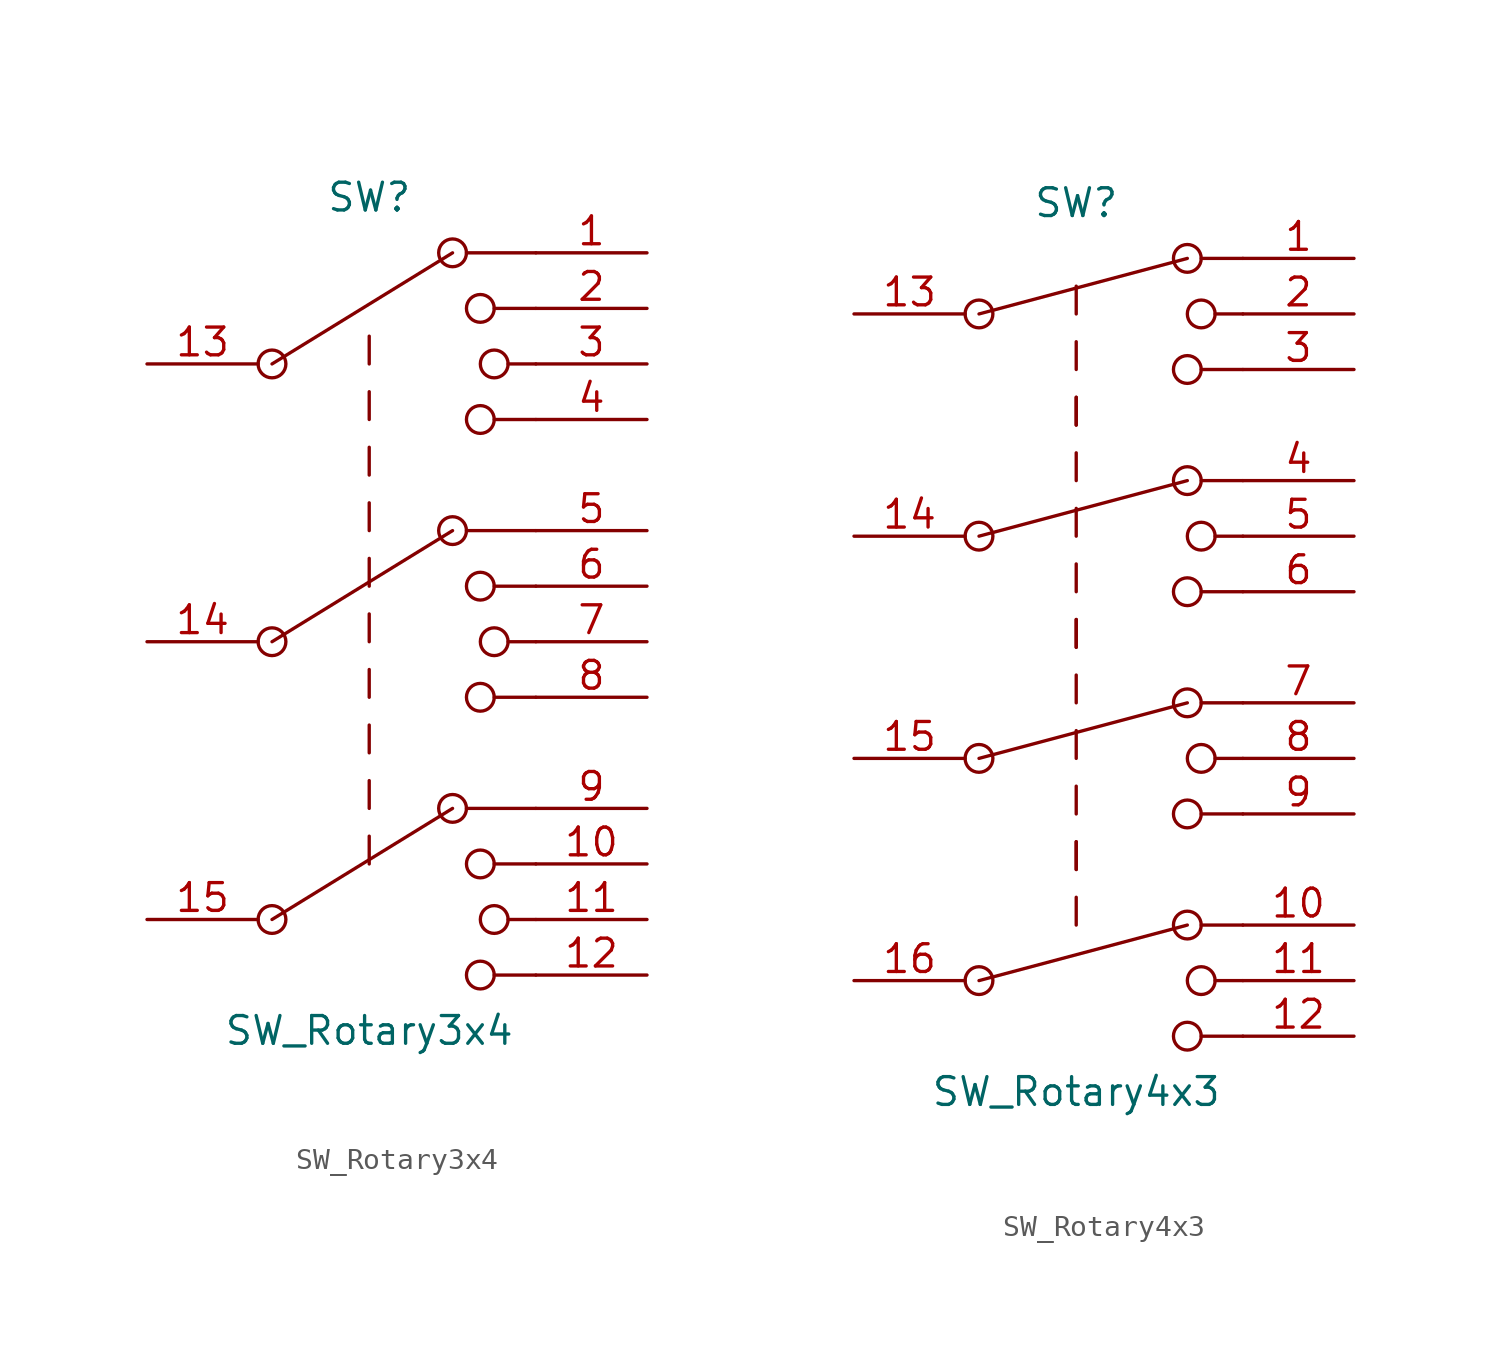
<source format=kicad_sym>
(kicad_symbol_lib
  (version 20201005)
  (generator kicad_symbol_editor)
  (symbol "SW_Rotary3x4"
    (pin_names
      (offset 1.016) hide)
    (property "Reference" "SW"
      (at 0 20.32 0)
      (effects (font (size 1.27 1.27))))
    (property "Value" "SW_Rotary3x4"
      (at 0 -17.78 0)
      (effects (font (size 1.27 1.27))))
    (symbol "SW_Rotary3x4_0_0"
      (circle (center -4.445 -12.7) (radius 0.635) (stroke (width 0)) (fill (type none)))
      (circle (center -4.445 0) (radius 0.635) (stroke (width 0)) (fill (type none)))
      (circle (center -4.445 12.7) (radius 0.635) (stroke (width 0)) (fill (type none)))
      (circle (center 3.81 -7.62) (radius 0.635) (stroke (width 0)) (fill (type none)))
      (circle (center 3.81 5.08) (radius 0.635) (stroke (width 0)) (fill (type none)))
      (circle (center 3.81 17.78) (radius 0.635) (stroke (width 0)) (fill (type none)))
      (circle (center 5.08 -15.24) (radius 0.635) (stroke (width 0)) (fill (type none)))
      (circle (center 5.08 -10.16) (radius 0.635) (stroke (width 0)) (fill (type none)))
      (circle (center 5.08 -2.54) (radius 0.635) (stroke (width 0)) (fill (type none)))
      (circle (center 5.08 2.54) (radius 0.635) (stroke (width 0)) (fill (type none)))
      (circle (center 5.08 10.16) (radius 0.635) (stroke (width 0)) (fill (type none)))
      (circle (center 5.08 15.24) (radius 0.635) (stroke (width 0)) (fill (type none)))
      (circle (center 5.715 -12.7) (radius 0.635) (stroke (width 0)) (fill (type none)))
      (circle (center 5.715 0) (radius 0.635) (stroke (width 0)) (fill (type none)))
      (circle (center 5.715 12.7) (radius 0.635) (stroke (width 0)) (fill (type none)))
      (polyline (pts (xy -4.445 -12.7) (xy 3.81 -7.62)) (stroke (width 0)) (fill (type none)))
      (polyline (pts (xy -4.445 0) (xy 3.81 5.08)) (stroke (width 0)) (fill (type none)))
      (polyline (pts (xy -4.445 12.7) (xy 3.81 17.78)) (stroke (width 0)) (fill (type none)))
      (polyline (pts (xy 0 -10.16) (xy 0 -8.89)) (stroke (width 0)) (fill (type none)))
      (polyline (pts (xy 0 -7.62) (xy 0 -6.35)) (stroke (width 0)) (fill (type none)))
      (polyline (pts (xy 0 -5.08) (xy 0 -3.81)) (stroke (width 0)) (fill (type none)))
      (polyline (pts (xy 0 -2.54) (xy 0 -1.27)) (stroke (width 0)) (fill (type none)))
      (polyline (pts (xy 0 0) (xy 0 1.27)) (stroke (width 0)) (fill (type none)))
      (polyline (pts (xy 0 2.54) (xy 0 3.81)) (stroke (width 0)) (fill (type none)))
      (polyline (pts (xy 0 5.08) (xy 0 6.35)) (stroke (width 0)) (fill (type none)))
      (polyline (pts (xy 0 7.62) (xy 0 8.89)) (stroke (width 0)) (fill (type none)))
      (polyline (pts (xy 0 10.16) (xy 0 11.43)) (stroke (width 0)) (fill (type none)))
      (polyline (pts (xy 0 12.7) (xy 0 13.97)) (stroke (width 0)) (fill (type none)))
      (polyline (pts (xy 4.445 -7.62) (xy 7.62 -7.62)) (stroke (width 0)) (fill (type none)))
      (polyline (pts (xy 4.445 5.08) (xy 7.62 5.08)) (stroke (width 0)) (fill (type none)))
      (polyline (pts (xy 4.445 17.78) (xy 7.62 17.78)) (stroke (width 0)) (fill (type none)))
      (polyline (pts (xy 5.715 -15.24) (xy 7.62 -15.24)) (stroke (width 0)) (fill (type none)))
      (polyline (pts (xy 5.715 -10.16) (xy 7.62 -10.16)) (stroke (width 0)) (fill (type none)))
      (polyline (pts (xy 5.715 -2.54) (xy 7.62 -2.54)) (stroke (width 0)) (fill (type none)))
      (polyline (pts (xy 5.715 2.54) (xy 7.62 2.54)) (stroke (width 0)) (fill (type none)))
      (polyline (pts (xy 5.715 10.16) (xy 7.62 10.16)) (stroke (width 0)) (fill (type none)))
      (polyline (pts (xy 5.715 15.24) (xy 7.62 15.24)) (stroke (width 0)) (fill (type none)))
      (polyline (pts (xy 6.35 -12.7) (xy 7.62 -12.7)) (stroke (width 0)) (fill (type none)))
      (polyline (pts (xy 6.35 0) (xy 7.62 0)) (stroke (width 0)) (fill (type none)))
      (polyline (pts (xy 6.35 12.7) (xy 7.62 12.7)) (stroke (width 0)) (fill (type none))))
    (symbol "SW_Rotary3x4_0_1"
      (pin passive line (at 12.7 17.78 180) (length 5.08) (name "1" (effects (font (size 1.27 1.27)))) (number "1" (effects (font (size 1.27 1.27)))))
      (pin passive line (at 12.7 -10.16 180) (length 5.08) (name "10" (effects (font (size 1.27 1.27)))) (number "10" (effects (font (size 1.27 1.27)))))
      (pin passive line (at 12.7 -12.7 180) (length 5.08) (name "11" (effects (font (size 1.27 1.27)))) (number "11" (effects (font (size 1.27 1.27)))))
      (pin passive line (at 12.7 -15.24 180) (length 5.08) (name "12" (effects (font (size 1.27 1.27)))) (number "12" (effects (font (size 1.27 1.27)))))
      (pin passive line (at -10.16 12.7 0) (length 5.08) (name "13" (effects (font (size 1.27 1.27)))) (number "13" (effects (font (size 1.27 1.27)))))
      (pin passive line (at -10.16 0 0) (length 5.08) (name "14" (effects (font (size 1.27 1.27)))) (number "14" (effects (font (size 1.27 1.27)))))
      (pin passive line (at -10.16 -12.7 0) (length 5.08) (name "15" (effects (font (size 1.27 1.27)))) (number "15" (effects (font (size 1.27 1.27)))))
      (pin passive line (at 12.7 15.24 180) (length 5.08) (name "2" (effects (font (size 1.27 1.27)))) (number "2" (effects (font (size 1.27 1.27)))))
      (pin passive line (at 12.7 12.7 180) (length 5.08) (name "3" (effects (font (size 1.27 1.27)))) (number "3" (effects (font (size 1.27 1.27)))))
      (pin passive line (at 12.7 10.16 180) (length 5.08) (name "4" (effects (font (size 1.27 1.27)))) (number "4" (effects (font (size 1.27 1.27)))))
      (pin passive line (at 12.7 5.08 180) (length 5.08) (name "5" (effects (font (size 1.27 1.27)))) (number "5" (effects (font (size 1.27 1.27)))))
      (pin passive line (at 12.7 2.54 180) (length 5.08) (name "6" (effects (font (size 1.27 1.27)))) (number "6" (effects (font (size 1.27 1.27)))))
      (pin passive line (at 12.7 0 180) (length 5.08) (name "7" (effects (font (size 1.27 1.27)))) (number "7" (effects (font (size 1.27 1.27)))))
      (pin passive line (at 12.7 -2.54 180) (length 5.08) (name "8" (effects (font (size 1.27 1.27)))) (number "8" (effects (font (size 1.27 1.27)))))
      (pin passive line (at 12.7 -7.62 180) (length 5.08) (name "9" (effects (font (size 1.27 1.27)))) (number "9" (effects (font (size 1.27 1.27)))))))
  (symbol "SW_Rotary4x3"
    (pin_names
      (offset 1.016) hide)
    (property "Reference" "SW"
      (at 0 20.32 0)
      (effects (font (size 1.27 1.27))))
    (property "Value" "SW_Rotary4x3"
      (at 0 -20.32 0)
      (effects (font (size 1.27 1.27))))
    (symbol "SW_Rotary4x3_0_0"
      (circle (center -4.445 -15.24) (radius 0.635) (stroke (width 0)) (fill (type none)))
      (circle (center -4.445 -5.08) (radius 0.635) (stroke (width 0)) (fill (type none)))
      (circle (center -4.445 5.08) (radius 0.635) (stroke (width 0)) (fill (type none)))
      (circle (center -4.445 15.24) (radius 0.635) (stroke (width 0)) (fill (type none)))
      (circle (center 5.08 -17.78) (radius 0.635) (stroke (width 0)) (fill (type none)))
      (circle (center 5.08 -12.7) (radius 0.635) (stroke (width 0)) (fill (type none)))
      (circle (center 5.08 -7.62) (radius 0.635) (stroke (width 0)) (fill (type none)))
      (circle (center 5.08 -2.54) (radius 0.635) (stroke (width 0)) (fill (type none)))
      (circle (center 5.08 2.54) (radius 0.635) (stroke (width 0)) (fill (type none)))
      (circle (center 5.08 7.62) (radius 0.635) (stroke (width 0)) (fill (type none)))
      (circle (center 5.08 12.7) (radius 0.635) (stroke (width 0)) (fill (type none)))
      (circle (center 5.08 17.78) (radius 0.635) (stroke (width 0)) (fill (type none)))
      (circle (center 5.715 -15.24) (radius 0.635) (stroke (width 0)) (fill (type none)))
      (circle (center 5.715 -5.08) (radius 0.635) (stroke (width 0)) (fill (type none)))
      (circle (center 5.715 5.08) (radius 0.635) (stroke (width 0)) (fill (type none)))
      (circle (center 5.715 15.24) (radius 0.635) (stroke (width 0)) (fill (type none)))
      (polyline (pts (xy -4.445 -15.24) (xy 5.08 -12.7)) (stroke (width 0)) (fill (type none)))
      (polyline (pts (xy -4.445 -5.08) (xy 5.08 -2.54)) (stroke (width 0)) (fill (type none)))
      (polyline (pts (xy -4.445 5.08) (xy 5.08 7.62)) (stroke (width 0)) (fill (type none)))
      (polyline (pts (xy -4.445 15.24) (xy 5.08 17.78)) (stroke (width 0)) (fill (type none)))
      (polyline (pts (xy 0 -12.7) (xy 0 -11.43)) (stroke (width 0)) (fill (type none)))
      (polyline (pts (xy 0 -10.16) (xy 0 -8.89)) (stroke (width 0)) (fill (type none)))
      (polyline (pts (xy 0 -10.16) (xy 0 -8.89)) (stroke (width 0)) (fill (type none)))
      (polyline (pts (xy 0 -7.62) (xy 0 -6.35)) (stroke (width 0)) (fill (type none)))
      (polyline (pts (xy 0 -5.08) (xy 0 -3.81)) (stroke (width 0)) (fill (type none)))
      (polyline (pts (xy 0 -2.54) (xy 0 -1.27)) (stroke (width 0)) (fill (type none)))
      (polyline (pts (xy 0 0) (xy 0 1.27)) (stroke (width 0)) (fill (type none)))
      (polyline (pts (xy 0 0) (xy 0 1.27)) (stroke (width 0)) (fill (type none)))
      (polyline (pts (xy 0 2.54) (xy 0 3.81)) (stroke (width 0)) (fill (type none)))
      (polyline (pts (xy 0 5.08) (xy 0 6.35)) (stroke (width 0)) (fill (type none)))
      (polyline (pts (xy 0 7.62) (xy 0 8.89)) (stroke (width 0)) (fill (type none)))
      (polyline (pts (xy 0 10.16) (xy 0 11.43)) (stroke (width 0)) (fill (type none)))
      (polyline (pts (xy 0 10.16) (xy 0 11.43)) (stroke (width 0)) (fill (type none)))
      (polyline (pts (xy 0 12.7) (xy 0 13.97)) (stroke (width 0)) (fill (type none)))
      (polyline (pts (xy 0 15.24) (xy 0 16.51)) (stroke (width 0)) (fill (type none)))
      (polyline (pts (xy 5.715 -17.78) (xy 7.62 -17.78)) (stroke (width 0)) (fill (type none)))
      (polyline (pts (xy 5.715 -12.7) (xy 7.62 -12.7)) (stroke (width 0)) (fill (type none)))
      (polyline (pts (xy 5.715 -7.62) (xy 7.62 -7.62)) (stroke (width 0)) (fill (type none)))
      (polyline (pts (xy 5.715 -2.54) (xy 7.62 -2.54)) (stroke (width 0)) (fill (type none)))
      (polyline (pts (xy 5.715 2.54) (xy 7.62 2.54)) (stroke (width 0)) (fill (type none)))
      (polyline (pts (xy 5.715 7.62) (xy 7.62 7.62)) (stroke (width 0)) (fill (type none)))
      (polyline (pts (xy 5.715 12.7) (xy 7.62 12.7)) (stroke (width 0)) (fill (type none)))
      (polyline (pts (xy 5.715 17.78) (xy 7.62 17.78)) (stroke (width 0)) (fill (type none)))
      (polyline (pts (xy 6.35 -15.24) (xy 7.62 -15.24)) (stroke (width 0)) (fill (type none)))
      (polyline (pts (xy 6.35 -5.08) (xy 7.62 -5.08)) (stroke (width 0)) (fill (type none)))
      (polyline (pts (xy 6.35 5.08) (xy 7.62 5.08)) (stroke (width 0)) (fill (type none)))
      (polyline (pts (xy 6.35 15.24) (xy 7.62 15.24)) (stroke (width 0)) (fill (type none))))
    (symbol "SW_Rotary4x3_0_1"
      (pin passive line (at 12.7 17.78 180) (length 5.08) (name "1" (effects (font (size 1.27 1.27)))) (number "1" (effects (font (size 1.27 1.27)))))
      (pin passive line (at 12.7 -12.7 180) (length 5.08) (name "10" (effects (font (size 1.27 1.27)))) (number "10" (effects (font (size 1.27 1.27)))))
      (pin passive line (at 12.7 -15.24 180) (length 5.08) (name "11" (effects (font (size 1.27 1.27)))) (number "11" (effects (font (size 1.27 1.27)))))
      (pin passive line (at 12.7 -17.78 180) (length 5.08) (name "12" (effects (font (size 1.27 1.27)))) (number "12" (effects (font (size 1.27 1.27)))))
      (pin passive line (at -10.16 15.24 0) (length 5.08) (name "13" (effects (font (size 1.27 1.27)))) (number "13" (effects (font (size 1.27 1.27)))))
      (pin passive line (at -10.16 5.08 0) (length 5.08) (name "14" (effects (font (size 1.27 1.27)))) (number "14" (effects (font (size 1.27 1.27)))))
      (pin passive line (at -10.16 -5.08 0) (length 5.08) (name "15" (effects (font (size 1.27 1.27)))) (number "15" (effects (font (size 1.27 1.27)))))
      (pin passive line (at -10.16 -15.24 0) (length 5.08) (name "16" (effects (font (size 1.27 1.27)))) (number "16" (effects (font (size 1.27 1.27)))))
      (pin passive line (at 12.7 15.24 180) (length 5.08) (name "2" (effects (font (size 1.27 1.27)))) (number "2" (effects (font (size 1.27 1.27)))))
      (pin passive line (at 12.7 12.7 180) (length 5.08) (name "3" (effects (font (size 1.27 1.27)))) (number "3" (effects (font (size 1.27 1.27)))))
      (pin passive line (at 12.7 7.62 180) (length 5.08) (name "4" (effects (font (size 1.27 1.27)))) (number "4" (effects (font (size 1.27 1.27)))))
      (pin passive line (at 12.7 5.08 180) (length 5.08) (name "5" (effects (font (size 1.27 1.27)))) (number "5" (effects (font (size 1.27 1.27)))))
      (pin passive line (at 12.7 2.54 180) (length 5.08) (name "6" (effects (font (size 1.27 1.27)))) (number "6" (effects (font (size 1.27 1.27)))))
      (pin passive line (at 12.7 -2.54 180) (length 5.08) (name "7" (effects (font (size 1.27 1.27)))) (number "7" (effects (font (size 1.27 1.27)))))
      (pin passive line (at 12.7 -5.08 180) (length 5.08) (name "8" (effects (font (size 1.27 1.27)))) (number "8" (effects (font (size 1.27 1.27)))))
      (pin passive line (at 12.7 -7.62 180) (length 5.08) (name "9" (effects (font (size 1.27 1.27)))) (number "9" (effects (font (size 1.27 1.27))))))))
</source>
